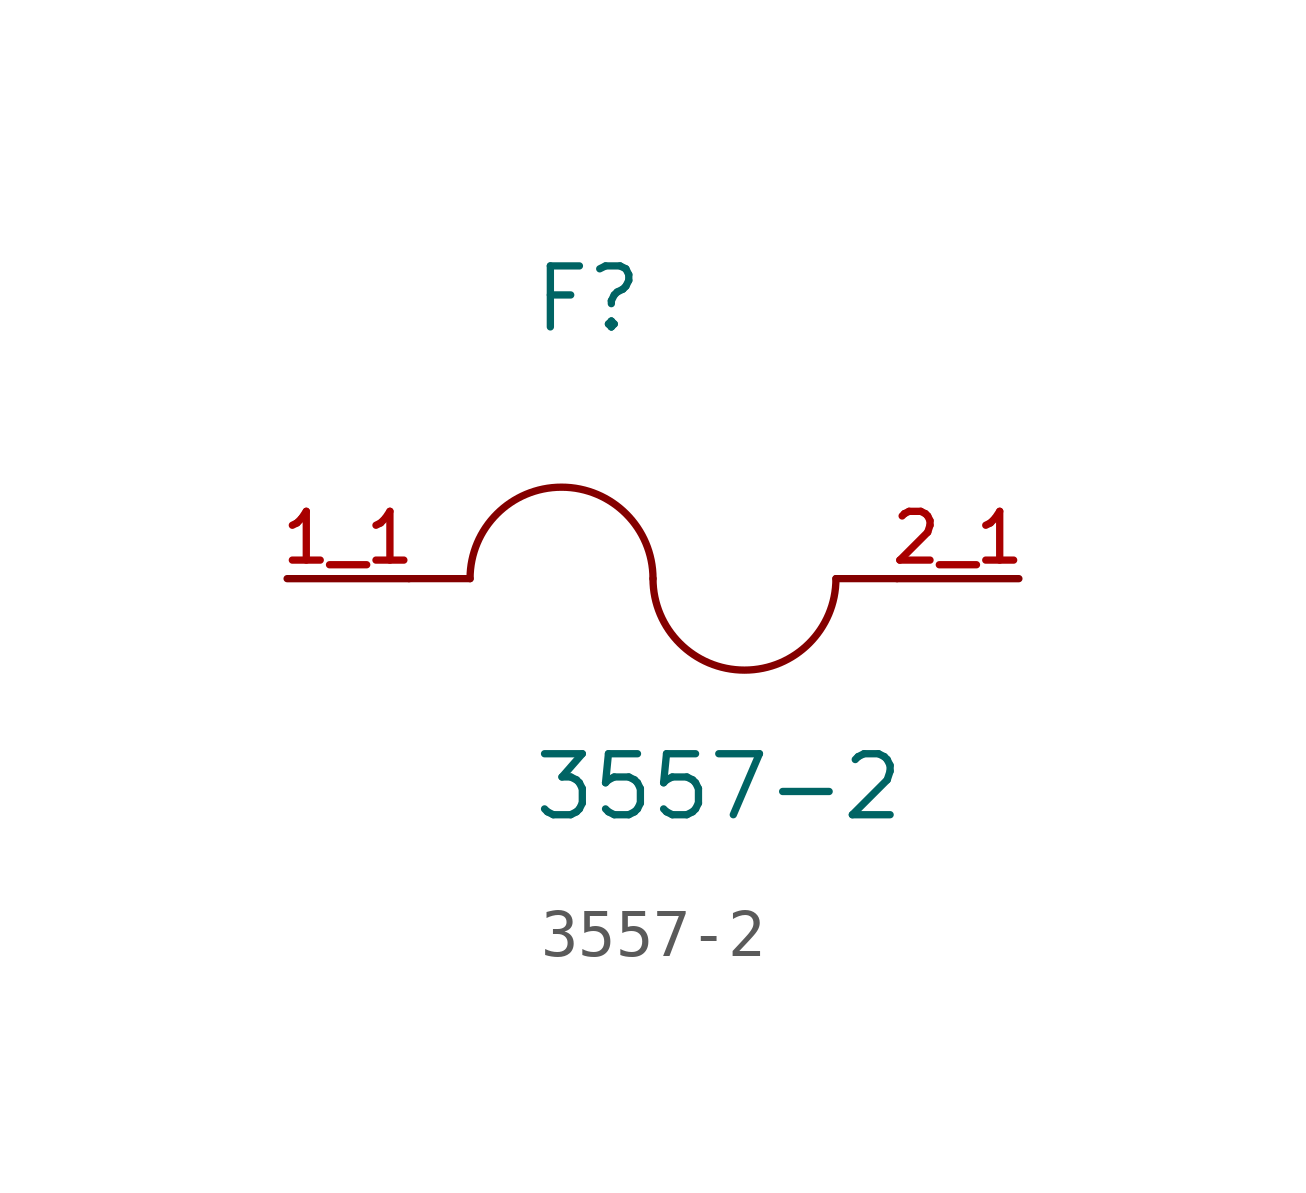
<source format=kicad_sym>
(kicad_symbol_lib
  (version 20231120)
  (generator "kicad_symbol_editor")
  (generator_version "8.0")
  (symbol "3557-2"
    (pin_names
      (offset 1.016))
    (property "Reference" "F"
      (at -2.54 5.08 0)
      (effects (font (size 1.27 1.27)) (justify left bottom)))
    (property "Value" "3557-2"
      (at -2.54 -5.08 0)
      (effects (font (size 1.27 1.27)) (justify left bottom)))
    (symbol "3557-2_0_0"
      (arc (start 0 0) (mid -1.905 1.8967) (end -3.81 0) (stroke (width 0.1524) (type default)) (fill (type none)))
      (polyline (pts (xy -5.08 0) (xy -3.81 0)) (stroke (width 0.152) (type default)) (fill (type none)))
      (polyline (pts (xy 5.08 0) (xy 3.81 0)) (stroke (width 0.152) (type default)) (fill (type none)))
      (arc (start 0 0) (mid 1.905 -1.8967) (end 3.81 0) (stroke (width 0.1524) (type default)) (fill (type none)))
      (pin passive line (at -7.62 0 0) (length 2.54) (name "~" (effects (font (size 1.016 1.016)))) (number "1_1" (effects (font (size 1.016 1.016)))))
      (pin passive line (at 7.62 0 180) (length 2.54) (name "~" (effects (font (size 1.016 1.016)))) (number "2_1" (effects (font (size 1.016 1.016))))))))
</source>
